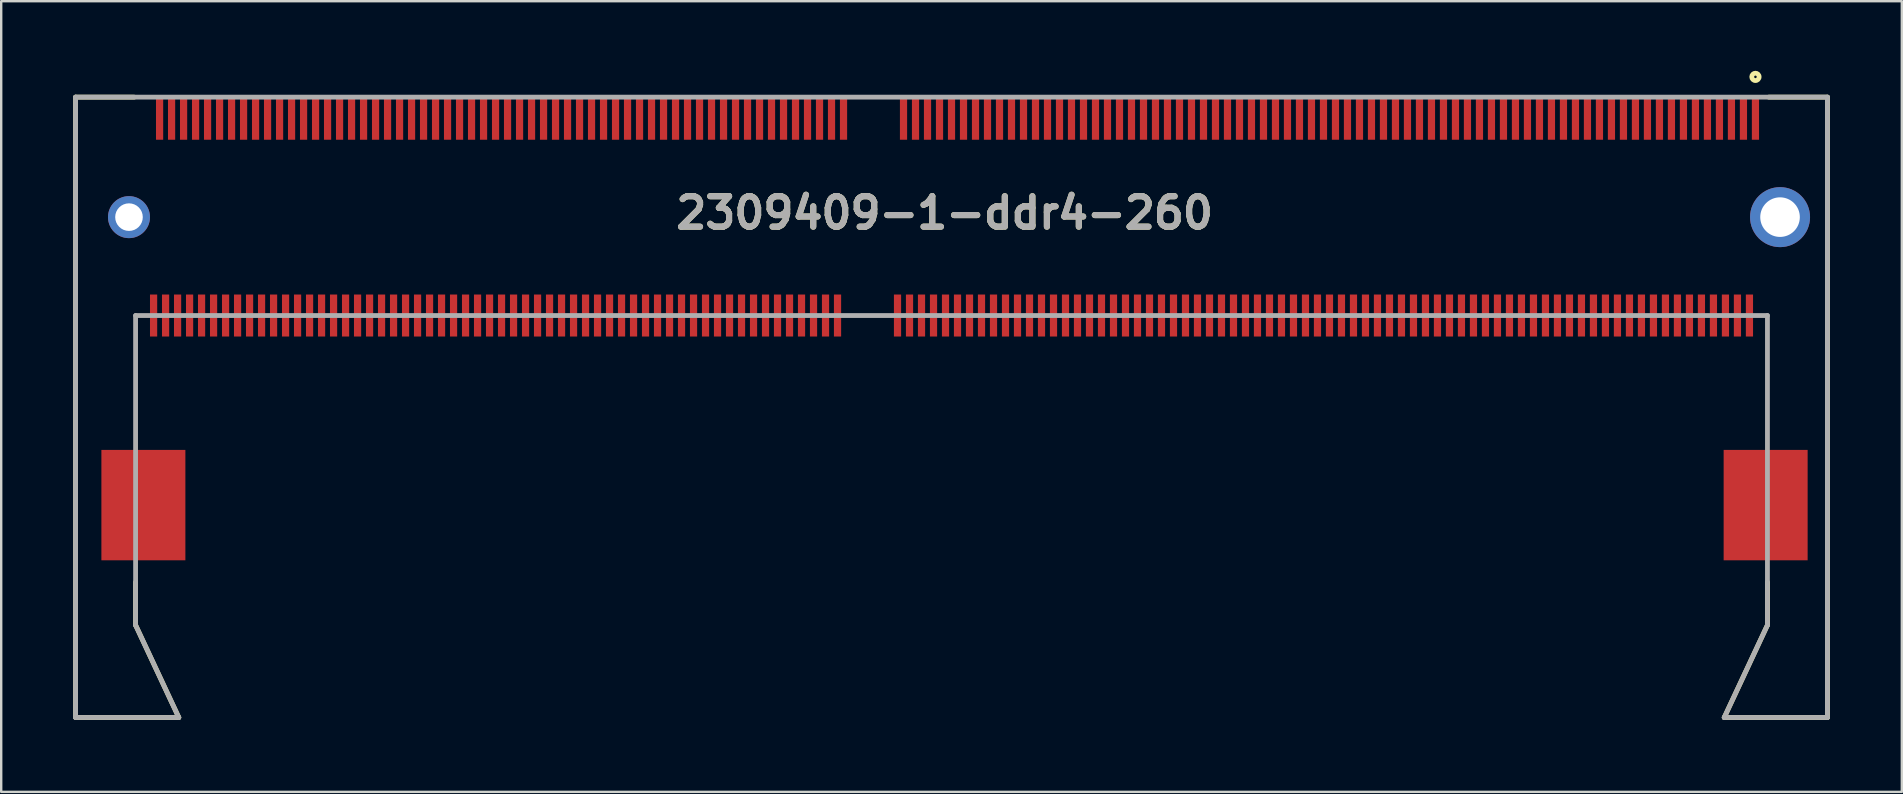
<source format=kicad_pcb>
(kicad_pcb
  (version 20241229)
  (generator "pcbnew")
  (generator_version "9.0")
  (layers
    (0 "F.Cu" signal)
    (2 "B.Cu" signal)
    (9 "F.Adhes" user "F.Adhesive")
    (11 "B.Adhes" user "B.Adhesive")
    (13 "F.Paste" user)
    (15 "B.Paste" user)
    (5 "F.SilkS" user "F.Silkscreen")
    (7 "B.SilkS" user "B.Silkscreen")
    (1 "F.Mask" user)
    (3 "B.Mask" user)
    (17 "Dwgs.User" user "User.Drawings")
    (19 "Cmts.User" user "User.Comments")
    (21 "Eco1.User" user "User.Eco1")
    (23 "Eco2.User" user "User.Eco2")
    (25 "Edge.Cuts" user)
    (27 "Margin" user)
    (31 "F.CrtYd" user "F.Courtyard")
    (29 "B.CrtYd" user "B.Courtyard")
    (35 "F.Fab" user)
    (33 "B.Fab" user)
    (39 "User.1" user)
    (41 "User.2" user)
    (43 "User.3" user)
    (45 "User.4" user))
  (footprint "2309409-1-ddr4-260"
    (layer "F.Cu")
    (at 31.85 10.098)
    (property "Reference" "2309409-1-ddr4-260" (at 4.461 -4.277 0) (layer "F.SilkS") (effects (font (size 1.27 1.27) (thickness 0.254))))
    (attr through_hole)
    (fp_line (start -31.75 -9.1) (end -29.308 -9.1) (stroke (width 0.2) (type solid)) (layer "F.SilkS"))
    (fp_line (start -31.75 16.75) (end -31.75 -9.1) (stroke (width 0.2) (type solid)) (layer "F.SilkS"))
    (fp_line (start -29.25 12.9) (end -29.25 11.108) (stroke (width 0.2) (type solid)) (layer "F.SilkS"))
    (fp_line (start -27.45 16.75) (end -31.75 16.75) (stroke (width 0.2) (type solid)) (layer "F.SilkS"))
    (fp_line (start -27.45 16.75) (end -29.25 12.9) (stroke (width 0.2) (type solid)) (layer "F.SilkS"))
    (fp_line (start 36.95 16.75) (end 38.75 12.9) (stroke (width 0.2) (type solid)) (layer "F.SilkS"))
    (fp_line (start 38.75 12.9) (end 38.75 11.108) (stroke (width 0.2) (type solid)) (layer "F.SilkS"))
    (fp_line (start 41.25 -9.1) (end 38.808 -9.1) (stroke (width 0.2) (type solid)) (layer "F.SilkS"))
    (fp_line (start 41.25 -9.1) (end 41.25 16.75) (stroke (width 0.2) (type solid)) (layer "F.SilkS"))
    (fp_line (start 41.25 16.75) (end 36.95 16.75) (stroke (width 0.2) (type solid)) (layer "F.SilkS"))
    (fp_circle (center 38.25 -9.945) (end 38.25 -9.892) (stroke (width 0.2) (type solid)) (fill no) (layer "F.SilkS"))
    (fp_line (start -31.75 -9.1) (end -31.75 16.75) (stroke (width 0.2) (type solid)) (layer "F.Fab"))
    (fp_line (start -31.75 -9.1) (end 41.25 -9.1) (stroke (width 0.2) (type solid)) (layer "F.Fab"))
    (fp_line (start -31.75 16.75) (end -27.45 16.75) (stroke (width 0.2) (type solid)) (layer "F.Fab"))
    (fp_line (start -29.25 12.9) (end -29.25 0) (stroke (width 0.2) (type solid)) (layer "F.Fab"))
    (fp_line (start -29.25 12.9) (end -27.45 16.75) (stroke (width 0.2) (type solid)) (layer "F.Fab"))
    (fp_line (start 38.75 0) (end -29.25 0) (stroke (width 0.2) (type solid)) (layer "F.Fab"))
    (fp_line (start 38.75 12.9) (end 36.95 16.75) (stroke (width 0.2) (type solid)) (layer "F.Fab"))
    (fp_line (start 38.75 12.9) (end 38.75 0) (stroke (width 0.2) (type solid)) (layer "F.Fab"))
    (fp_line (start 41.25 -9.1) (end 41.25 16.75) (stroke (width 0.2) (type solid)) (layer "F.Fab"))
    (fp_line (start 41.25 16.75) (end 36.95 16.75) (stroke (width 0.2) (type solid)) (layer "F.Fab"))
    (fp_text user "${REFERENCE}" (at 4.461 -4.277 0) (layer "F.Fab") (effects (font (size 1.27 1.27) (thickness 0.254))))
    (pad "1" smd rect (at 38.25 -8.2) (size 0.3 1.75) (layers "F.Cu" "F.Mask" "F.Paste"))
    (pad "2" smd rect (at 38 0) (size 0.3 1.75) (layers "F.Cu" "F.Mask" "F.Paste"))
    (pad "3" smd rect (at 37.75 -8.2) (size 0.3 1.75) (layers "F.Cu" "F.Mask" "F.Paste"))
    (pad "4" smd rect (at 37.5 0) (size 0.3 1.75) (layers "F.Cu" "F.Mask" "F.Paste"))
    (pad "5" smd rect (at 37.25 -8.2) (size 0.3 1.75) (layers "F.Cu" "F.Mask" "F.Paste"))
    (pad "6" smd rect (at 37 0) (size 0.3 1.75) (layers "F.Cu" "F.Mask" "F.Paste"))
    (pad "7" smd rect (at 36.75 -8.2) (size 0.3 1.75) (layers "F.Cu" "F.Mask" "F.Paste"))
    (pad "8" smd rect (at 36.5 0) (size 0.3 1.75) (layers "F.Cu" "F.Mask" "F.Paste"))
    (pad "9" smd rect (at 36.25 -8.2) (size 0.3 1.75) (layers "F.Cu" "F.Mask" "F.Paste"))
    (pad "10" smd rect (at 36 0) (size 0.3 1.75) (layers "F.Cu" "F.Mask" "F.Paste"))
    (pad "11" smd rect (at 35.75 -8.2) (size 0.3 1.75) (layers "F.Cu" "F.Mask" "F.Paste"))
    (pad "12" smd rect (at 35.5 0) (size 0.3 1.75) (layers "F.Cu" "F.Mask" "F.Paste"))
    (pad "13" smd rect (at 35.25 -8.2) (size 0.3 1.75) (layers "F.Cu" "F.Mask" "F.Paste"))
    (pad "14" smd rect (at 35 0) (size 0.3 1.75) (layers "F.Cu" "F.Mask" "F.Paste"))
    (pad "15" smd rect (at 34.75 -8.2) (size 0.3 1.75) (layers "F.Cu" "F.Mask" "F.Paste"))
    (pad "16" smd rect (at 34.5 0) (size 0.3 1.75) (layers "F.Cu" "F.Mask" "F.Paste"))
    (pad "17" smd rect (at 34.25 -8.2) (size 0.3 1.75) (layers "F.Cu" "F.Mask" "F.Paste"))
    (pad "18" smd rect (at 34 0) (size 0.3 1.75) (layers "F.Cu" "F.Mask" "F.Paste"))
    (pad "19" smd rect (at 33.75 -8.2) (size 0.3 1.75) (layers "F.Cu" "F.Mask" "F.Paste"))
    (pad "20" smd rect (at 33.5 0) (size 0.3 1.75) (layers "F.Cu" "F.Mask" "F.Paste"))
    (pad "21" smd rect (at 33.25 -8.2) (size 0.3 1.75) (layers "F.Cu" "F.Mask" "F.Paste"))
    (pad "22" smd rect (at 33 0) (size 0.3 1.75) (layers "F.Cu" "F.Mask" "F.Paste"))
    (pad "23" smd rect (at 32.75 -8.2) (size 0.3 1.75) (layers "F.Cu" "F.Mask" "F.Paste"))
    (pad "24" smd rect (at 32.5 0) (size 0.3 1.75) (layers "F.Cu" "F.Mask" "F.Paste"))
    (pad "25" smd rect (at 32.25 -8.2) (size 0.3 1.75) (layers "F.Cu" "F.Mask" "F.Paste"))
    (pad "26" smd rect (at 32 0) (size 0.3 1.75) (layers "F.Cu" "F.Mask" "F.Paste"))
    (pad "27" smd rect (at 31.75 -8.2) (size 0.3 1.75) (layers "F.Cu" "F.Mask" "F.Paste"))
    (pad "28" smd rect (at 31.5 0) (size 0.3 1.75) (layers "F.Cu" "F.Mask" "F.Paste"))
    (pad "29" smd rect (at 31.25 -8.2) (size 0.3 1.75) (layers "F.Cu" "F.Mask" "F.Paste"))
    (pad "30" smd rect (at 31 0) (size 0.3 1.75) (layers "F.Cu" "F.Mask" "F.Paste"))
    (pad "31" smd rect (at 30.75 -8.2) (size 0.3 1.75) (layers "F.Cu" "F.Mask" "F.Paste"))
    (pad "32" smd rect (at 30.5 0) (size 0.3 1.75) (layers "F.Cu" "F.Mask" "F.Paste"))
    (pad "33" smd rect (at 30.25 -8.2) (size 0.3 1.75) (layers "F.Cu" "F.Mask" "F.Paste"))
    (pad "34" smd rect (at 30 0) (size 0.3 1.75) (layers "F.Cu" "F.Mask" "F.Paste"))
    (pad "35" smd rect (at 29.75 -8.2) (size 0.3 1.75) (layers "F.Cu" "F.Mask" "F.Paste"))
    (pad "36" smd rect (at 29.5 0) (size 0.3 1.75) (layers "F.Cu" "F.Mask" "F.Paste"))
    (pad "37" smd rect (at 29.25 -8.2) (size 0.3 1.75) (layers "F.Cu" "F.Mask" "F.Paste"))
    (pad "38" smd rect (at 29 0) (size 0.3 1.75) (layers "F.Cu" "F.Mask" "F.Paste"))
    (pad "39" smd rect (at 28.75 -8.2) (size 0.3 1.75) (layers "F.Cu" "F.Mask" "F.Paste"))
    (pad "40" smd rect (at 28.5 0) (size 0.3 1.75) (layers "F.Cu" "F.Mask" "F.Paste"))
    (pad "41" smd rect (at 28.25 -8.2) (size 0.3 1.75) (layers "F.Cu" "F.Mask" "F.Paste"))
    (pad "42" smd rect (at 28 0) (size 0.3 1.75) (layers "F.Cu" "F.Mask" "F.Paste"))
    (pad "43" smd rect (at 27.75 -8.2) (size 0.3 1.75) (layers "F.Cu" "F.Mask" "F.Paste"))
    (pad "44" smd rect (at 27.5 0) (size 0.3 1.75) (layers "F.Cu" "F.Mask" "F.Paste"))
    (pad "45" smd rect (at 27.25 -8.2) (size 0.3 1.75) (layers "F.Cu" "F.Mask" "F.Paste"))
    (pad "46" smd rect (at 27 0) (size 0.3 1.75) (layers "F.Cu" "F.Mask" "F.Paste"))
    (pad "47" smd rect (at 26.75 -8.2) (size 0.3 1.75) (layers "F.Cu" "F.Mask" "F.Paste"))
    (pad "48" smd rect (at 26.5 0) (size 0.3 1.75) (layers "F.Cu" "F.Mask" "F.Paste"))
    (pad "49" smd rect (at 26.25 -8.2) (size 0.3 1.75) (layers "F.Cu" "F.Mask" "F.Paste"))
    (pad "50" smd rect (at 26 0) (size 0.3 1.75) (layers "F.Cu" "F.Mask" "F.Paste"))
    (pad "51" smd rect (at 25.75 -8.2) (size 0.3 1.75) (layers "F.Cu" "F.Mask" "F.Paste"))
    (pad "52" smd rect (at 25.5 0) (size 0.3 1.75) (layers "F.Cu" "F.Mask" "F.Paste"))
    (pad "53" smd rect (at 25.25 -8.2) (size 0.3 1.75) (layers "F.Cu" "F.Mask" "F.Paste"))
    (pad "54" smd rect (at 25 0) (size 0.3 1.75) (layers "F.Cu" "F.Mask" "F.Paste"))
    (pad "55" smd rect (at 24.75 -8.2) (size 0.3 1.75) (layers "F.Cu" "F.Mask" "F.Paste"))
    (pad "56" smd rect (at 24.5 0) (size 0.3 1.75) (layers "F.Cu" "F.Mask" "F.Paste"))
    (pad "57" smd rect (at 24.25 -8.2) (size 0.3 1.75) (layers "F.Cu" "F.Mask" "F.Paste"))
    (pad "58" smd rect (at 24 0) (size 0.3 1.75) (layers "F.Cu" "F.Mask" "F.Paste"))
    (pad "59" smd rect (at 23.75 -8.2) (size 0.3 1.75) (layers "F.Cu" "F.Mask" "F.Paste"))
    (pad "60" smd rect (at 23.5 0) (size 0.3 1.75) (layers "F.Cu" "F.Mask" "F.Paste"))
    (pad "61" smd rect (at 23.25 -8.2) (size 0.3 1.75) (layers "F.Cu" "F.Mask" "F.Paste"))
    (pad "62" smd rect (at 23 0) (size 0.3 1.75) (layers "F.Cu" "F.Mask" "F.Paste"))
    (pad "63" smd rect (at 22.75 -8.2) (size 0.3 1.75) (layers "F.Cu" "F.Mask" "F.Paste"))
    (pad "64" smd rect (at 22.5 0) (size 0.3 1.75) (layers "F.Cu" "F.Mask" "F.Paste"))
    (pad "65" smd rect (at 22.25 -8.2) (size 0.3 1.75) (layers "F.Cu" "F.Mask" "F.Paste"))
    (pad "66" smd rect (at 22 0) (size 0.3 1.75) (layers "F.Cu" "F.Mask" "F.Paste"))
    (pad "67" smd rect (at 21.75 -8.2) (size 0.3 1.75) (layers "F.Cu" "F.Mask" "F.Paste"))
    (pad "68" smd rect (at 21.5 0) (size 0.3 1.75) (layers "F.Cu" "F.Mask" "F.Paste"))
    (pad "69" smd rect (at 21.25 -8.2) (size 0.3 1.75) (layers "F.Cu" "F.Mask" "F.Paste"))
    (pad "70" smd rect (at 21 0) (size 0.3 1.75) (layers "F.Cu" "F.Mask" "F.Paste"))
    (pad "71" smd rect (at 20.75 -8.2) (size 0.3 1.75) (layers "F.Cu" "F.Mask" "F.Paste"))
    (pad "72" smd rect (at 20.5 0) (size 0.3 1.75) (layers "F.Cu" "F.Mask" "F.Paste"))
    (pad "73" smd rect (at 20.25 -8.2) (size 0.3 1.75) (layers "F.Cu" "F.Mask" "F.Paste"))
    (pad "74" smd rect (at 20 0) (size 0.3 1.75) (layers "F.Cu" "F.Mask" "F.Paste"))
    (pad "75" smd rect (at 19.75 -8.2) (size 0.3 1.75) (layers "F.Cu" "F.Mask" "F.Paste"))
    (pad "76" smd rect (at 19.5 0) (size 0.3 1.75) (layers "F.Cu" "F.Mask" "F.Paste"))
    (pad "77" smd rect (at 19.25 -8.2) (size 0.3 1.75) (layers "F.Cu" "F.Mask" "F.Paste"))
    (pad "78" smd rect (at 19 0) (size 0.3 1.75) (layers "F.Cu" "F.Mask" "F.Paste"))
    (pad "79" smd rect (at 18.75 -8.2) (size 0.3 1.75) (layers "F.Cu" "F.Mask" "F.Paste"))
    (pad "80" smd rect (at 18.5 0) (size 0.3 1.75) (layers "F.Cu" "F.Mask" "F.Paste"))
    (pad "81" smd rect (at 18.25 -8.2) (size 0.3 1.75) (layers "F.Cu" "F.Mask" "F.Paste"))
    (pad "82" smd rect (at 18 0) (size 0.3 1.75) (layers "F.Cu" "F.Mask" "F.Paste"))
    (pad "83" smd rect (at 17.75 -8.2) (size 0.3 1.75) (layers "F.Cu" "F.Mask" "F.Paste"))
    (pad "84" smd rect (at 17.5 0) (size 0.3 1.75) (layers "F.Cu" "F.Mask" "F.Paste"))
    (pad "85" smd rect (at 17.25 -8.2) (size 0.3 1.75) (layers "F.Cu" "F.Mask" "F.Paste"))
    (pad "86" smd rect (at 17 0) (size 0.3 1.75) (layers "F.Cu" "F.Mask" "F.Paste"))
    (pad "87" smd rect (at 16.75 -8.2) (size 0.3 1.75) (layers "F.Cu" "F.Mask" "F.Paste"))
    (pad "88" smd rect (at 16.5 0) (size 0.3 1.75) (layers "F.Cu" "F.Mask" "F.Paste"))
    (pad "89" smd rect (at 16.25 -8.2) (size 0.3 1.75) (layers "F.Cu" "F.Mask" "F.Paste"))
    (pad "90" smd rect (at 16 0) (size 0.3 1.75) (layers "F.Cu" "F.Mask" "F.Paste"))
    (pad "91" smd rect (at 15.75 -8.2) (size 0.3 1.75) (layers "F.Cu" "F.Mask" "F.Paste"))
    (pad "92" smd rect (at 15.5 0) (size 0.3 1.75) (layers "F.Cu" "F.Mask" "F.Paste"))
    (pad "93" smd rect (at 15.25 -8.2) (size 0.3 1.75) (layers "F.Cu" "F.Mask" "F.Paste"))
    (pad "94" smd rect (at 15 0) (size 0.3 1.75) (layers "F.Cu" "F.Mask" "F.Paste"))
    (pad "95" smd rect (at 14.75 -8.2) (size 0.3 1.75) (layers "F.Cu" "F.Mask" "F.Paste"))
    (pad "96" smd rect (at 14.5 0) (size 0.3 1.75) (layers "F.Cu" "F.Mask" "F.Paste"))
    (pad "97" smd rect (at 14.25 -8.2) (size 0.3 1.75) (layers "F.Cu" "F.Mask" "F.Paste"))
    (pad "98" smd rect (at 14 0) (size 0.3 1.75) (layers "F.Cu" "F.Mask" "F.Paste"))
    (pad "99" smd rect (at 13.75 -8.2) (size 0.3 1.75) (layers "F.Cu" "F.Mask" "F.Paste"))
    (pad "100" smd rect (at 13.5 0) (size 0.3 1.75) (layers "F.Cu" "F.Mask" "F.Paste"))
    (pad "101" smd rect (at 13.25 -8.2) (size 0.3 1.75) (layers "F.Cu" "F.Mask" "F.Paste"))
    (pad "102" smd rect (at 13 0) (size 0.3 1.75) (layers "F.Cu" "F.Mask" "F.Paste"))
    (pad "103" smd rect (at 12.75 -8.2) (size 0.3 1.75) (layers "F.Cu" "F.Mask" "F.Paste"))
    (pad "104" smd rect (at 12.5 0) (size 0.3 1.75) (layers "F.Cu" "F.Mask" "F.Paste"))
    (pad "105" smd rect (at 12.25 -8.2) (size 0.3 1.75) (layers "F.Cu" "F.Mask" "F.Paste"))
    (pad "106" smd rect (at 12 0) (size 0.3 1.75) (layers "F.Cu" "F.Mask" "F.Paste"))
    (pad "107" smd rect (at 11.75 -8.2) (size 0.3 1.75) (layers "F.Cu" "F.Mask" "F.Paste"))
    (pad "108" smd rect (at 11.5 0) (size 0.3 1.75) (layers "F.Cu" "F.Mask" "F.Paste"))
    (pad "109" smd rect (at 11.25 -8.2) (size 0.3 1.75) (layers "F.Cu" "F.Mask" "F.Paste"))
    (pad "110" smd rect (at 11 0) (size 0.3 1.75) (layers "F.Cu" "F.Mask" "F.Paste"))
    (pad "111" smd rect (at 10.75 -8.2) (size 0.3 1.75) (layers "F.Cu" "F.Mask" "F.Paste"))
    (pad "112" smd rect (at 10.5 0) (size 0.3 1.75) (layers "F.Cu" "F.Mask" "F.Paste"))
    (pad "113" smd rect (at 10.25 -8.2) (size 0.3 1.75) (layers "F.Cu" "F.Mask" "F.Paste"))
    (pad "114" smd rect (at 10 0) (size 0.3 1.75) (layers "F.Cu" "F.Mask" "F.Paste"))
    (pad "115" smd rect (at 9.75 -8.2) (size 0.3 1.75) (layers "F.Cu" "F.Mask" "F.Paste"))
    (pad "116" smd rect (at 9.5 0) (size 0.3 1.75) (layers "F.Cu" "F.Mask" "F.Paste"))
    (pad "117" smd rect (at 9.25 -8.2) (size 0.3 1.75) (layers "F.Cu" "F.Mask" "F.Paste"))
    (pad "118" smd rect (at 9 0) (size 0.3 1.75) (layers "F.Cu" "F.Mask" "F.Paste"))
    (pad "119" smd rect (at 8.75 -8.2) (size 0.3 1.75) (layers "F.Cu" "F.Mask" "F.Paste"))
    (pad "120" smd rect (at 8.5 0) (size 0.3 1.75) (layers "F.Cu" "F.Mask" "F.Paste"))
    (pad "121" smd rect (at 8.25 -8.2) (size 0.3 1.75) (layers "F.Cu" "F.Mask" "F.Paste"))
    (pad "122" smd rect (at 8 0) (size 0.3 1.75) (layers "F.Cu" "F.Mask" "F.Paste"))
    (pad "123" smd rect (at 7.75 -8.2) (size 0.3 1.75) (layers "F.Cu" "F.Mask" "F.Paste"))
    (pad "124" smd rect (at 7.5 0) (size 0.3 1.75) (layers "F.Cu" "F.Mask" "F.Paste"))
    (pad "125" smd rect (at 7.25 -8.2) (size 0.3 1.75) (layers "F.Cu" "F.Mask" "F.Paste"))
    (pad "126" smd rect (at 7 0) (size 0.3 1.75) (layers "F.Cu" "F.Mask" "F.Paste"))
    (pad "127" smd rect (at 6.75 -8.2) (size 0.3 1.75) (layers "F.Cu" "F.Mask" "F.Paste"))
    (pad "128" smd rect (at 6.5 0) (size 0.3 1.75) (layers "F.Cu" "F.Mask" "F.Paste"))
    (pad "129" smd rect (at 6.25 -8.2) (size 0.3 1.75) (layers "F.Cu" "F.Mask" "F.Paste"))
    (pad "130" smd rect (at 6 0) (size 0.3 1.75) (layers "F.Cu" "F.Mask" "F.Paste"))
    (pad "131" smd rect (at 5.75 -8.2) (size 0.3 1.75) (layers "F.Cu" "F.Mask" "F.Paste"))
    (pad "132" smd rect (at 5.5 0) (size 0.3 1.75) (layers "F.Cu" "F.Mask" "F.Paste"))
    (pad "133" smd rect (at 5.25 -8.2) (size 0.3 1.75) (layers "F.Cu" "F.Mask" "F.Paste"))
    (pad "134" smd rect (at 5 0) (size 0.3 1.75) (layers "F.Cu" "F.Mask" "F.Paste"))
    (pad "135" smd rect (at 4.75 -8.2) (size 0.3 1.75) (layers "F.Cu" "F.Mask" "F.Paste"))
    (pad "136" smd rect (at 4.5 0) (size 0.3 1.75) (layers "F.Cu" "F.Mask" "F.Paste"))
    (pad "137" smd rect (at 4.25 -8.2) (size 0.3 1.75) (layers "F.Cu" "F.Mask" "F.Paste"))
    (pad "138" smd rect (at 4 0) (size 0.3 1.75) (layers "F.Cu" "F.Mask" "F.Paste"))
    (pad "139" smd rect (at 3.75 -8.2) (size 0.3 1.75) (layers "F.Cu" "F.Mask" "F.Paste"))
    (pad "140" smd rect (at 3.5 0) (size 0.3 1.75) (layers "F.Cu" "F.Mask" "F.Paste"))
    (pad "141" smd rect (at 3.25 -8.2) (size 0.3 1.75) (layers "F.Cu" "F.Mask" "F.Paste"))
    (pad "142" smd rect (at 3 0) (size 0.3 1.75) (layers "F.Cu" "F.Mask" "F.Paste"))
    (pad "143" smd rect (at 2.75 -8.2) (size 0.3 1.75) (layers "F.Cu" "F.Mask" "F.Paste"))
    (pad "144" smd rect (at 2.5 0) (size 0.3 1.75) (layers "F.Cu" "F.Mask" "F.Paste"))
    (pad "145" smd rect (at 0.25 -8.2) (size 0.3 1.75) (layers "F.Cu" "F.Mask" "F.Paste"))
    (pad "146" smd rect (at 0 0) (size 0.3 1.75) (layers "F.Cu" "F.Mask" "F.Paste"))
    (pad "147" smd rect (at -0.25 -8.2) (size 0.3 1.75) (layers "F.Cu" "F.Mask" "F.Paste"))
    (pad "148" smd rect (at -0.5 0) (size 0.3 1.75) (layers "F.Cu" "F.Mask" "F.Paste"))
    (pad "149" smd rect (at -0.75 -8.2) (size 0.3 1.75) (layers "F.Cu" "F.Mask" "F.Paste"))
    (pad "150" smd rect (at -1 0) (size 0.3 1.75) (layers "F.Cu" "F.Mask" "F.Paste"))
    (pad "151" smd rect (at -1.25 -8.2) (size 0.3 1.75) (layers "F.Cu" "F.Mask" "F.Paste"))
    (pad "152" smd rect (at -1.5 0) (size 0.3 1.75) (layers "F.Cu" "F.Mask" "F.Paste"))
    (pad "153" smd rect (at -1.75 -8.2) (size 0.3 1.75) (layers "F.Cu" "F.Mask" "F.Paste"))
    (pad "154" smd rect (at -2 0) (size 0.3 1.75) (layers "F.Cu" "F.Mask" "F.Paste"))
    (pad "155" smd rect (at -2.25 -8.2) (size 0.3 1.75) (layers "F.Cu" "F.Mask" "F.Paste"))
    (pad "156" smd rect (at -2.5 0) (size 0.3 1.75) (layers "F.Cu" "F.Mask" "F.Paste"))
    (pad "157" smd rect (at -2.75 -8.2) (size 0.3 1.75) (layers "F.Cu" "F.Mask" "F.Paste"))
    (pad "158" smd rect (at -3 0) (size 0.3 1.75) (layers "F.Cu" "F.Mask" "F.Paste"))
    (pad "159" smd rect (at -3.25 -8.2) (size 0.3 1.75) (layers "F.Cu" "F.Mask" "F.Paste"))
    (pad "160" smd rect (at -3.5 0) (size 0.3 1.75) (layers "F.Cu" "F.Mask" "F.Paste"))
    (pad "161" smd rect (at -3.75 -8.2) (size 0.3 1.75) (layers "F.Cu" "F.Mask" "F.Paste"))
    (pad "162" smd rect (at -4 0) (size 0.3 1.75) (layers "F.Cu" "F.Mask" "F.Paste"))
    (pad "163" smd rect (at -4.25 -8.2) (size 0.3 1.75) (layers "F.Cu" "F.Mask" "F.Paste"))
    (pad "164" smd rect (at -4.5 0) (size 0.3 1.75) (layers "F.Cu" "F.Mask" "F.Paste"))
    (pad "165" smd rect (at -4.75 -8.2) (size 0.3 1.75) (layers "F.Cu" "F.Mask" "F.Paste"))
    (pad "166" smd rect (at -5 0) (size 0.3 1.75) (layers "F.Cu" "F.Mask" "F.Paste"))
    (pad "167" smd rect (at -5.25 -8.2) (size 0.3 1.75) (layers "F.Cu" "F.Mask" "F.Paste"))
    (pad "168" smd rect (at -5.5 0) (size 0.3 1.75) (layers "F.Cu" "F.Mask" "F.Paste"))
    (pad "169" smd rect (at -5.75 -8.2) (size 0.3 1.75) (layers "F.Cu" "F.Mask" "F.Paste"))
    (pad "170" smd rect (at -6 0) (size 0.3 1.75) (layers "F.Cu" "F.Mask" "F.Paste"))
    (pad "171" smd rect (at -6.25 -8.2) (size 0.3 1.75) (layers "F.Cu" "F.Mask" "F.Paste"))
    (pad "172" smd rect (at -6.5 0) (size 0.3 1.75) (layers "F.Cu" "F.Mask" "F.Paste"))
    (pad "173" smd rect (at -6.75 -8.2) (size 0.3 1.75) (layers "F.Cu" "F.Mask" "F.Paste"))
    (pad "174" smd rect (at -7 0) (size 0.3 1.75) (layers "F.Cu" "F.Mask" "F.Paste"))
    (pad "175" smd rect (at -7.25 -8.2) (size 0.3 1.75) (layers "F.Cu" "F.Mask" "F.Paste"))
    (pad "176" smd rect (at -7.5 0) (size 0.3 1.75) (layers "F.Cu" "F.Mask" "F.Paste"))
    (pad "177" smd rect (at -7.75 -8.2) (size 0.3 1.75) (layers "F.Cu" "F.Mask" "F.Paste"))
    (pad "178" smd rect (at -8 0) (size 0.3 1.75) (layers "F.Cu" "F.Mask" "F.Paste"))
    (pad "179" smd rect (at -8.25 -8.2) (size 0.3 1.75) (layers "F.Cu" "F.Mask" "F.Paste"))
    (pad "180" smd rect (at -8.5 0) (size 0.3 1.75) (layers "F.Cu" "F.Mask" "F.Paste"))
    (pad "181" smd rect (at -8.75 -8.2) (size 0.3 1.75) (layers "F.Cu" "F.Mask" "F.Paste"))
    (pad "182" smd rect (at -9 0) (size 0.3 1.75) (layers "F.Cu" "F.Mask" "F.Paste"))
    (pad "183" smd rect (at -9.25 -8.2) (size 0.3 1.75) (layers "F.Cu" "F.Mask" "F.Paste"))
    (pad "184" smd rect (at -9.5 0) (size 0.3 1.75) (layers "F.Cu" "F.Mask" "F.Paste"))
    (pad "185" smd rect (at -9.75 -8.2) (size 0.3 1.75) (layers "F.Cu" "F.Mask" "F.Paste"))
    (pad "186" smd rect (at -10 0) (size 0.3 1.75) (layers "F.Cu" "F.Mask" "F.Paste"))
    (pad "187" smd rect (at -10.25 -8.2) (size 0.3 1.75) (layers "F.Cu" "F.Mask" "F.Paste"))
    (pad "188" smd rect (at -10.5 0) (size 0.3 1.75) (layers "F.Cu" "F.Mask" "F.Paste"))
    (pad "189" smd rect (at -10.75 -8.2) (size 0.3 1.75) (layers "F.Cu" "F.Mask" "F.Paste"))
    (pad "190" smd rect (at -11 0) (size 0.3 1.75) (layers "F.Cu" "F.Mask" "F.Paste"))
    (pad "191" smd rect (at -11.25 -8.2) (size 0.3 1.75) (layers "F.Cu" "F.Mask" "F.Paste"))
    (pad "192" smd rect (at -11.5 0) (size 0.3 1.75) (layers "F.Cu" "F.Mask" "F.Paste"))
    (pad "193" smd rect (at -11.75 -8.2) (size 0.3 1.75) (layers "F.Cu" "F.Mask" "F.Paste"))
    (pad "194" smd rect (at -12 0) (size 0.3 1.75) (layers "F.Cu" "F.Mask" "F.Paste"))
    (pad "195" smd rect (at -12.25 -8.2) (size 0.3 1.75) (layers "F.Cu" "F.Mask" "F.Paste"))
    (pad "196" smd rect (at -12.5 0) (size 0.3 1.75) (layers "F.Cu" "F.Mask" "F.Paste"))
    (pad "197" smd rect (at -12.75 -8.2) (size 0.3 1.75) (layers "F.Cu" "F.Mask" "F.Paste"))
    (pad "198" smd rect (at -13 0) (size 0.3 1.75) (layers "F.Cu" "F.Mask" "F.Paste"))
    (pad "199" smd rect (at -13.25 -8.2) (size 0.3 1.75) (layers "F.Cu" "F.Mask" "F.Paste"))
    (pad "200" smd rect (at -13.5 0) (size 0.3 1.75) (layers "F.Cu" "F.Mask" "F.Paste"))
    (pad "201" smd rect (at -13.75 -8.2) (size 0.3 1.75) (layers "F.Cu" "F.Mask" "F.Paste"))
    (pad "202" smd rect (at -14 0) (size 0.3 1.75) (layers "F.Cu" "F.Mask" "F.Paste"))
    (pad "203" smd rect (at -14.25 -8.2) (size 0.3 1.75) (layers "F.Cu" "F.Mask" "F.Paste"))
    (pad "204" smd rect (at -14.5 0) (size 0.3 1.75) (layers "F.Cu" "F.Mask" "F.Paste"))
    (pad "205" smd rect (at -14.75 -8.2) (size 0.3 1.75) (layers "F.Cu" "F.Mask" "F.Paste"))
    (pad "206" smd rect (at -15 0) (size 0.3 1.75) (layers "F.Cu" "F.Mask" "F.Paste"))
    (pad "207" smd rect (at -15.25 -8.2) (size 0.3 1.75) (layers "F.Cu" "F.Mask" "F.Paste"))
    (pad "208" smd rect (at -15.5 0) (size 0.3 1.75) (layers "F.Cu" "F.Mask" "F.Paste"))
    (pad "209" smd rect (at -15.75 -8.2) (size 0.3 1.75) (layers "F.Cu" "F.Mask" "F.Paste"))
    (pad "210" smd rect (at -16 0) (size 0.3 1.75) (layers "F.Cu" "F.Mask" "F.Paste"))
    (pad "211" smd rect (at -16.25 -8.2) (size 0.3 1.75) (layers "F.Cu" "F.Mask" "F.Paste"))
    (pad "212" smd rect (at -16.5 0) (size 0.3 1.75) (layers "F.Cu" "F.Mask" "F.Paste"))
    (pad "213" smd rect (at -16.75 -8.2) (size 0.3 1.75) (layers "F.Cu" "F.Mask" "F.Paste"))
    (pad "214" smd rect (at -17 0) (size 0.3 1.75) (layers "F.Cu" "F.Mask" "F.Paste"))
    (pad "215" smd rect (at -17.25 -8.2) (size 0.3 1.75) (layers "F.Cu" "F.Mask" "F.Paste"))
    (pad "216" smd rect (at -17.5 0) (size 0.3 1.75) (layers "F.Cu" "F.Mask" "F.Paste"))
    (pad "217" smd rect (at -17.75 -8.2) (size 0.3 1.75) (layers "F.Cu" "F.Mask" "F.Paste"))
    (pad "218" smd rect (at -18 0) (size 0.3 1.75) (layers "F.Cu" "F.Mask" "F.Paste"))
    (pad "219" smd rect (at -18.25 -8.2) (size 0.3 1.75) (layers "F.Cu" "F.Mask" "F.Paste"))
    (pad "220" smd rect (at -18.5 0) (size 0.3 1.75) (layers "F.Cu" "F.Mask" "F.Paste"))
    (pad "221" smd rect (at -18.75 -8.2) (size 0.3 1.75) (layers "F.Cu" "F.Mask" "F.Paste"))
    (pad "222" smd rect (at -19 0) (size 0.3 1.75) (layers "F.Cu" "F.Mask" "F.Paste"))
    (pad "223" smd rect (at -19.25 -8.2) (size 0.3 1.75) (layers "F.Cu" "F.Mask" "F.Paste"))
    (pad "224" smd rect (at -19.5 0) (size 0.3 1.75) (layers "F.Cu" "F.Mask" "F.Paste"))
    (pad "225" smd rect (at -19.75 -8.2) (size 0.3 1.75) (layers "F.Cu" "F.Mask" "F.Paste"))
    (pad "226" smd rect (at -20 0) (size 0.3 1.75) (layers "F.Cu" "F.Mask" "F.Paste"))
    (pad "227" smd rect (at -20.25 -8.2) (size 0.3 1.75) (layers "F.Cu" "F.Mask" "F.Paste"))
    (pad "228" smd rect (at -20.5 0) (size 0.3 1.75) (layers "F.Cu" "F.Mask" "F.Paste"))
    (pad "229" smd rect (at -20.75 -8.2) (size 0.3 1.75) (layers "F.Cu" "F.Mask" "F.Paste"))
    (pad "230" smd rect (at -21 0) (size 0.3 1.75) (layers "F.Cu" "F.Mask" "F.Paste"))
    (pad "231" smd rect (at -21.25 -8.2) (size 0.3 1.75) (layers "F.Cu" "F.Mask" "F.Paste"))
    (pad "232" smd rect (at -21.5 0) (size 0.3 1.75) (layers "F.Cu" "F.Mask" "F.Paste"))
    (pad "233" smd rect (at -21.75 -8.2) (size 0.3 1.75) (layers "F.Cu" "F.Mask" "F.Paste"))
    (pad "234" smd rect (at -22 0) (size 0.3 1.75) (layers "F.Cu" "F.Mask" "F.Paste"))
    (pad "235" smd rect (at -22.25 -8.2) (size 0.3 1.75) (layers "F.Cu" "F.Mask" "F.Paste"))
    (pad "236" smd rect (at -22.5 0) (size 0.3 1.75) (layers "F.Cu" "F.Mask" "F.Paste"))
    (pad "237" smd rect (at -22.75 -8.2) (size 0.3 1.75) (layers "F.Cu" "F.Mask" "F.Paste"))
    (pad "238" smd rect (at -23 0) (size 0.3 1.75) (layers "F.Cu" "F.Mask" "F.Paste"))
    (pad "239" smd rect (at -23.25 -8.2) (size 0.3 1.75) (layers "F.Cu" "F.Mask" "F.Paste"))
    (pad "240" smd rect (at -23.5 0) (size 0.3 1.75) (layers "F.Cu" "F.Mask" "F.Paste"))
    (pad "241" smd rect (at -23.75 -8.2) (size 0.3 1.75) (layers "F.Cu" "F.Mask" "F.Paste"))
    (pad "242" smd rect (at -24 0) (size 0.3 1.75) (layers "F.Cu" "F.Mask" "F.Paste"))
    (pad "243" smd rect (at -24.25 -8.2) (size 0.3 1.75) (layers "F.Cu" "F.Mask" "F.Paste"))
    (pad "244" smd rect (at -24.5 0) (size 0.3 1.75) (layers "F.Cu" "F.Mask" "F.Paste"))
    (pad "245" smd rect (at -24.75 -8.2) (size 0.3 1.75) (layers "F.Cu" "F.Mask" "F.Paste"))
    (pad "246" smd rect (at -25 0) (size 0.3 1.75) (layers "F.Cu" "F.Mask" "F.Paste"))
    (pad "247" smd rect (at -25.25 -8.2) (size 0.3 1.75) (layers "F.Cu" "F.Mask" "F.Paste"))
    (pad "248" smd rect (at -25.5 0) (size 0.3 1.75) (layers "F.Cu" "F.Mask" "F.Paste"))
    (pad "249" smd rect (at -25.75 -8.2) (size 0.3 1.75) (layers "F.Cu" "F.Mask" "F.Paste"))
    (pad "250" smd rect (at -26 0) (size 0.3 1.75) (layers "F.Cu" "F.Mask" "F.Paste"))
    (pad "251" smd rect (at -26.25 -8.2) (size 0.3 1.75) (layers "F.Cu" "F.Mask" "F.Paste"))
    (pad "252" smd rect (at -26.5 0) (size 0.3 1.75) (layers "F.Cu" "F.Mask" "F.Paste"))
    (pad "253" smd rect (at -26.75 -8.2) (size 0.3 1.75) (layers "F.Cu" "F.Mask" "F.Paste"))
    (pad "254" smd rect (at -27 0) (size 0.3 1.75) (layers "F.Cu" "F.Mask" "F.Paste"))
    (pad "255" smd rect (at -27.25 -8.2) (size 0.3 1.75) (layers "F.Cu" "F.Mask" "F.Paste"))
    (pad "256" smd rect (at -27.5 0) (size 0.3 1.75) (layers "F.Cu" "F.Mask" "F.Paste"))
    (pad "257" smd rect (at -27.75 -8.2) (size 0.3 1.75) (layers "F.Cu" "F.Mask" "F.Paste"))
    (pad "258" smd rect (at -28 0) (size 0.3 1.75) (layers "F.Cu" "F.Mask" "F.Paste"))
    (pad "259" smd rect (at -28.25 -8.2) (size 0.3 1.75) (layers "F.Cu" "F.Mask" "F.Paste"))
    (pad "260" smd rect (at -28.5 0) (size 0.3 1.75) (layers "F.Cu" "F.Mask" "F.Paste"))
    (pad "261" thru_hole circle (at 39.275 -4.1) (size 2.5 2.5) (drill 1.65) (layers "*.Cu" "*.Mask"))
    (pad "262" thru_hole circle (at -29.525 -4.1) (size 1.75 1.75) (drill 1.15) (layers "*.Cu" "*.Mask"))
    (pad "263" smd rect (at 38.675 7.9) (size 3.5 4.6) (layers "F.Cu" "F.Mask" "F.Paste"))
    (pad "264" smd rect (at -28.925 7.9) (size 3.5 4.6) (layers "F.Cu" "F.Mask" "F.Paste")))
  (gr_rect
    (start -3 -3)
    (end 76.2 29.948)
    (stroke (width 0.1) (type default))
    (fill no)
    (layer "Edge.Cuts")))
</source>
